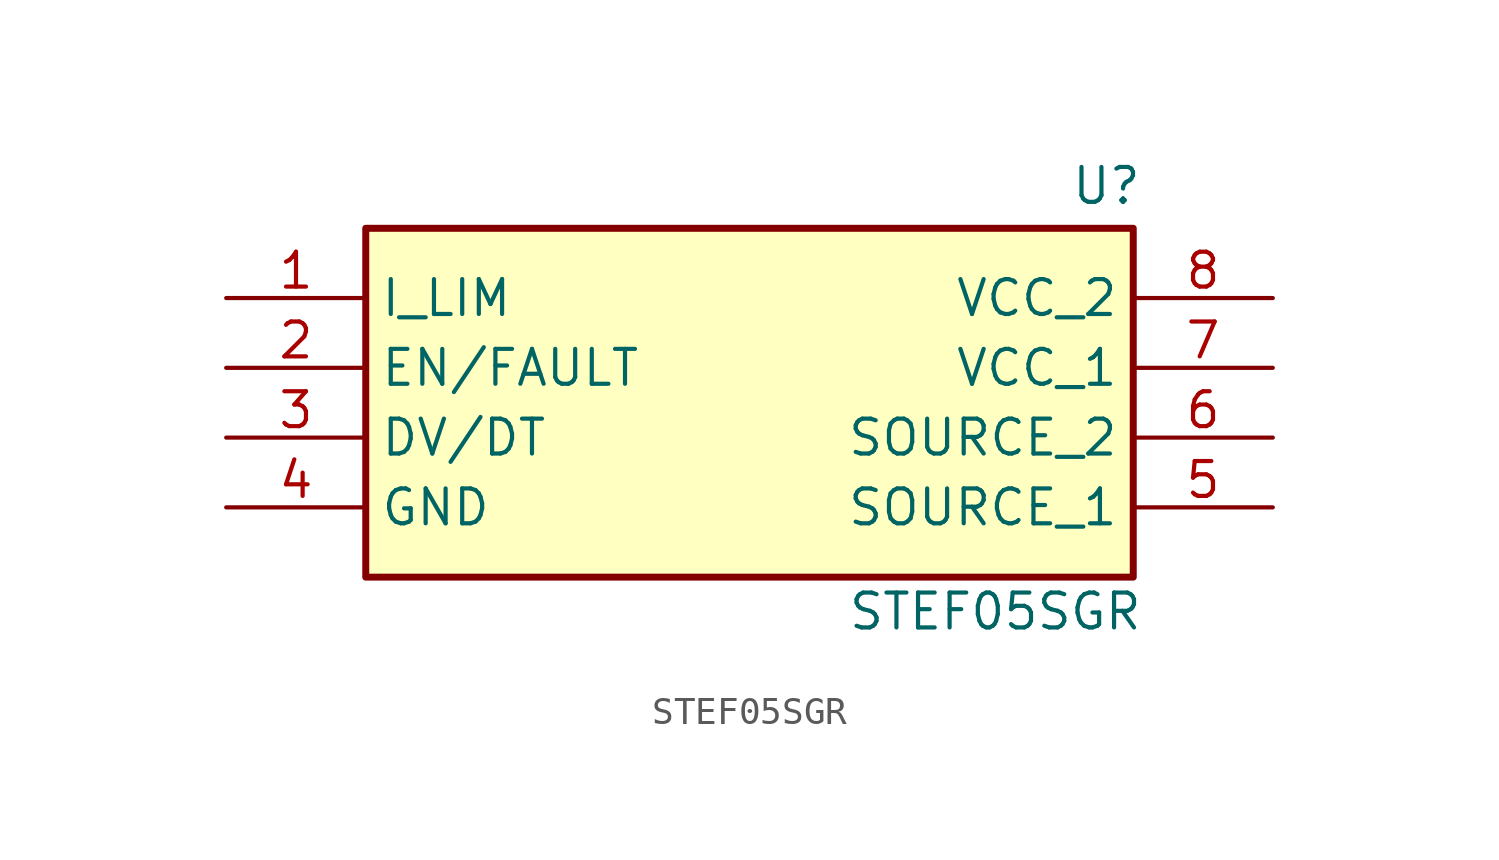
<source format=kicad_sym>
(kicad_symbol_lib
  (version 20231120)
  (generator "kicad_symbol_editor")
  (generator_version "8.0")
  (symbol "STEF05SGR"
    (property "Reference" "U"
      (at 11.684 7.366 0)
      (effects (font (size 1.27 1.27)) (justify left top)))
    (property "Value" "STEF05SGR"
      (at 3.556 -8.128 0)
      (effects (font (size 1.27 1.27)) (justify left top)))
    (symbol "STEF05SGR_1_1"
      (rectangle (start -13.97 5.08) (end 13.97 -7.62) (stroke (width 0.254) (type default)) (fill (type background)))
      (pin passive line (at -19.05 2.54 0) (length 5.08) (name "I_LIM" (effects (font (size 1.27 1.27)))) (number "1" (effects (font (size 1.27 1.27)))))
      (pin passive line (at -19.05 0 0) (length 5.08) (name "EN/FAULT" (effects (font (size 1.27 1.27)))) (number "2" (effects (font (size 1.27 1.27)))))
      (pin passive line (at -19.05 -2.54 0) (length 5.08) (name "DV/DT" (effects (font (size 1.27 1.27)))) (number "3" (effects (font (size 1.27 1.27)))))
      (pin passive line (at -19.05 -5.08 0) (length 5.08) (name "GND" (effects (font (size 1.27 1.27)))) (number "4" (effects (font (size 1.27 1.27)))))
      (pin passive line (at 19.05 -5.08 180) (length 5.08) (name "SOURCE_1" (effects (font (size 1.27 1.27)))) (number "5" (effects (font (size 1.27 1.27)))))
      (pin passive line (at 19.05 -2.54 180) (length 5.08) (name "SOURCE_2" (effects (font (size 1.27 1.27)))) (number "6" (effects (font (size 1.27 1.27)))))
      (pin passive line (at 19.05 0 180) (length 5.08) (name "VCC_1" (effects (font (size 1.27 1.27)))) (number "7" (effects (font (size 1.27 1.27)))))
      (pin passive line (at 19.05 2.54 180) (length 5.08) (name "VCC_2" (effects (font (size 1.27 1.27)))) (number "8" (effects (font (size 1.27 1.27))))))))
</source>
